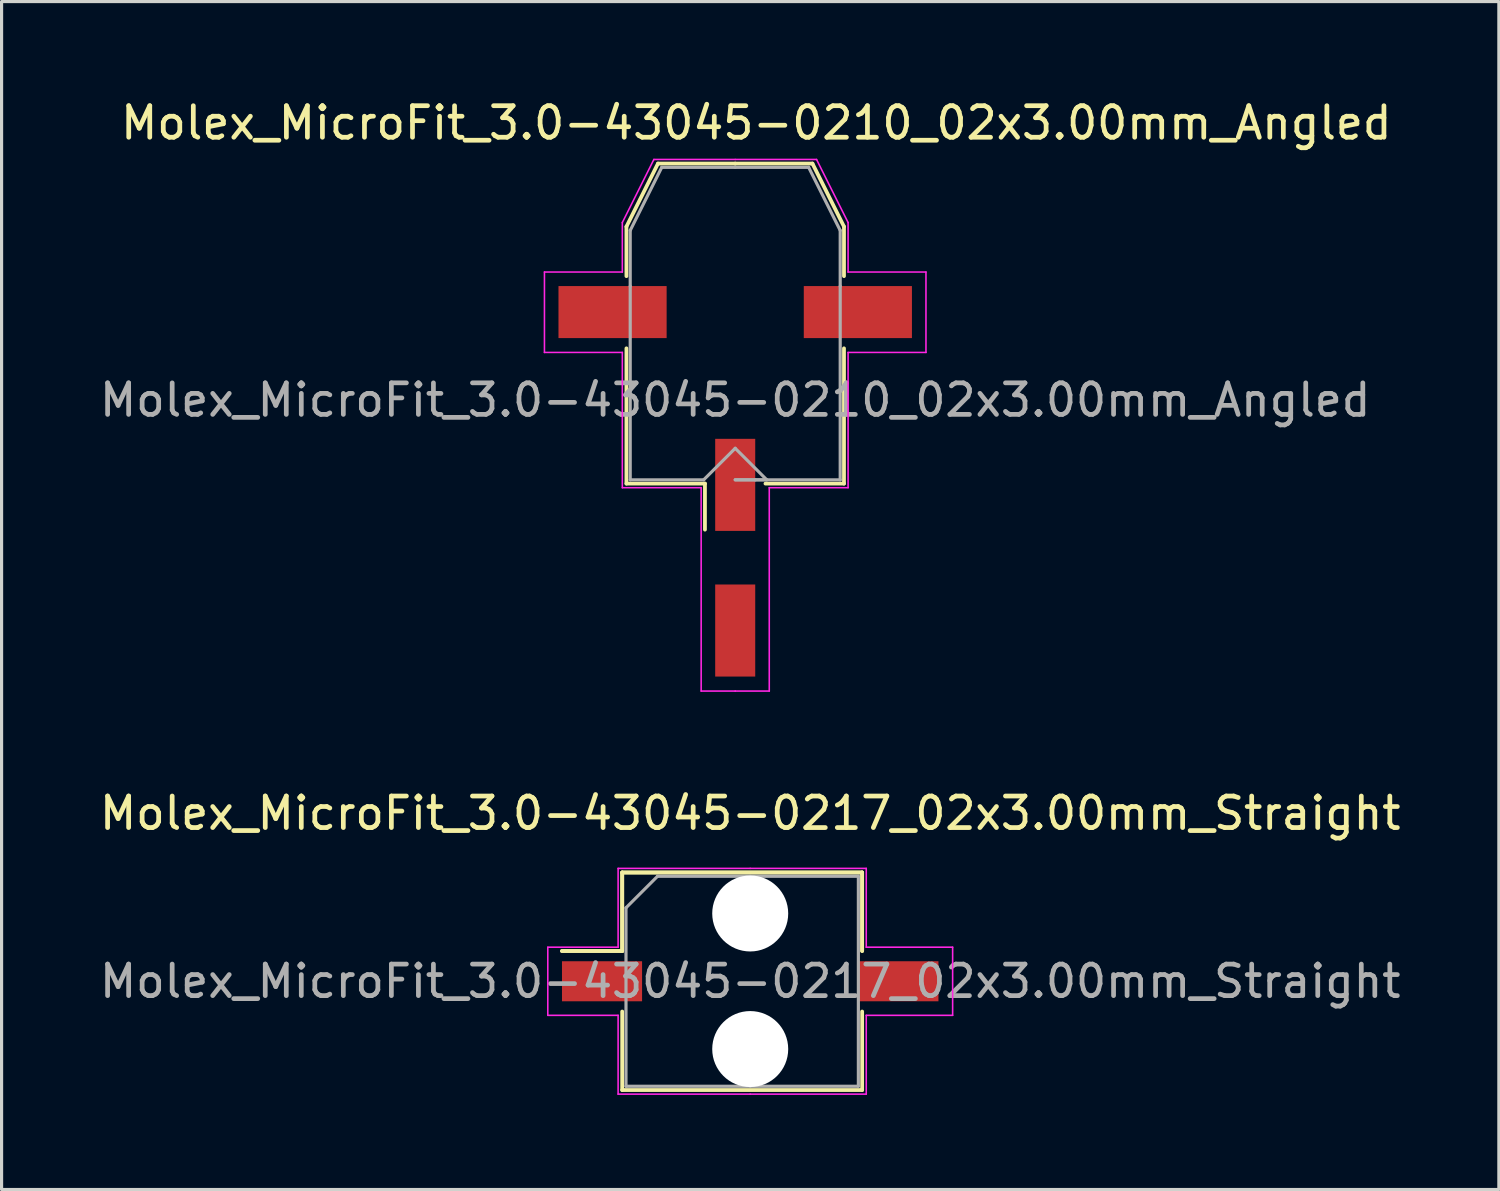
<source format=kicad_pcb>
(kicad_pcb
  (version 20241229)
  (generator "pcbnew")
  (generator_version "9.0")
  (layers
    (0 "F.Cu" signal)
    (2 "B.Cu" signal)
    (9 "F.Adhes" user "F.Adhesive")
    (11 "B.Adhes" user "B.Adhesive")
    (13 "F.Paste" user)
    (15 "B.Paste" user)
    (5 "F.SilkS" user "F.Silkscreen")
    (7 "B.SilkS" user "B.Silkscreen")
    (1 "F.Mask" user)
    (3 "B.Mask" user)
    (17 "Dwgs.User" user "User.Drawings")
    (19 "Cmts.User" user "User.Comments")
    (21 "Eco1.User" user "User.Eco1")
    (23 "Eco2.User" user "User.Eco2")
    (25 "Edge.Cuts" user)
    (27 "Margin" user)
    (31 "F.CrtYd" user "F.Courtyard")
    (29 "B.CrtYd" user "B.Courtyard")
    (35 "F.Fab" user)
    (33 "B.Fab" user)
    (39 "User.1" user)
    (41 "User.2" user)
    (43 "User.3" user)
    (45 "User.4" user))
  (footprint "Molex_MicroFit_3.0-43045-0210_02x3.00mm_Angled"
    (layer "F.Cu")
    (at 20.268 14.638)
    (property "Reference" "Molex_MicroFit_3.0-43045-0210_02x3.00mm_Angled" (at 0.67 -13.79 0) (layer "F.SilkS") (effects (font (size 1 1) (thickness 0.15))))
    (attr smd)
    (fp_line (start -3.45 -10.5) (end -3.45 -8.93) (stroke (width 0.12) (type solid)) (layer "F.SilkS"))
    (fp_line (start -3.45 -6.64) (end -3.45 -2.35) (stroke (width 0.12) (type solid)) (layer "F.SilkS"))
    (fp_line (start -3.45 -2.35) (end -0.96 -2.35) (stroke (width 0.12) (type solid)) (layer "F.SilkS"))
    (fp_line (start -2.45 -12.5) (end -3.45 -10.5) (stroke (width 0.12) (type solid)) (layer "F.SilkS"))
    (fp_line (start -0.96 -2.35) (end -0.96 -0.89) (stroke (width 0.12) (type solid)) (layer "F.SilkS"))
    (fp_line (start 0 -12.5) (end -2.45 -12.5) (stroke (width 0.12) (type solid)) (layer "F.SilkS"))
    (fp_line (start 0 -12.5) (end 2.45 -12.5) (stroke (width 0.12) (type solid)) (layer "F.SilkS"))
    (fp_line (start 2.45 -12.5) (end 3.45 -10.5) (stroke (width 0.12) (type solid)) (layer "F.SilkS"))
    (fp_line (start 3.45 -10.5) (end 3.45 -8.93) (stroke (width 0.12) (type solid)) (layer "F.SilkS"))
    (fp_line (start 3.45 -6.64) (end 3.45 -2.35) (stroke (width 0.12) (type solid)) (layer "F.SilkS"))
    (fp_line (start 3.45 -2.35) (end 0.96 -2.35) (stroke (width 0.12) (type solid)) (layer "F.SilkS"))
    (fp_line (start -6.05 -9.06) (end -6.05 -6.51) (stroke (width 0.05) (type solid)) (layer "F.CrtYd"))
    (fp_line (start -6.05 -6.51) (end -3.58 -6.51) (stroke (width 0.05) (type solid)) (layer "F.CrtYd"))
    (fp_line (start -3.58 -10.63) (end -3.58 -9.06) (stroke (width 0.05) (type solid)) (layer "F.CrtYd"))
    (fp_line (start -3.58 -9.06) (end -6.05 -9.06) (stroke (width 0.05) (type solid)) (layer "F.CrtYd"))
    (fp_line (start -3.58 -6.51) (end -3.58 -2.22) (stroke (width 0.05) (type solid)) (layer "F.CrtYd"))
    (fp_line (start -3.58 -2.22) (end -1.08 -2.22) (stroke (width 0.05) (type solid)) (layer "F.CrtYd"))
    (fp_line (start -2.58 -12.63) (end -3.58 -10.63) (stroke (width 0.05) (type solid)) (layer "F.CrtYd"))
    (fp_line (start -1.08 -2.22) (end -1.08 4.23) (stroke (width 0.05) (type solid)) (layer "F.CrtYd"))
    (fp_line (start -1.08 4.23) (end 0 4.23) (stroke (width 0.05) (type solid)) (layer "F.CrtYd"))
    (fp_line (start 0 -12.63) (end -2.58 -12.63) (stroke (width 0.05) (type solid)) (layer "F.CrtYd"))
    (fp_line (start 0 -12.63) (end 2.58 -12.63) (stroke (width 0.05) (type solid)) (layer "F.CrtYd"))
    (fp_line (start 1.08 -2.22) (end 1.08 4.23) (stroke (width 0.05) (type solid)) (layer "F.CrtYd"))
    (fp_line (start 1.08 4.23) (end 0 4.23) (stroke (width 0.05) (type solid)) (layer "F.CrtYd"))
    (fp_line (start 2.58 -12.63) (end 3.58 -10.63) (stroke (width 0.05) (type solid)) (layer "F.CrtYd"))
    (fp_line (start 3.58 -10.63) (end 3.58 -9.06) (stroke (width 0.05) (type solid)) (layer "F.CrtYd"))
    (fp_line (start 3.58 -9.06) (end 6.05 -9.06) (stroke (width 0.05) (type solid)) (layer "F.CrtYd"))
    (fp_line (start 3.58 -6.51) (end 3.58 -2.22) (stroke (width 0.05) (type solid)) (layer "F.CrtYd"))
    (fp_line (start 3.58 -2.22) (end 1.08 -2.22) (stroke (width 0.05) (type solid)) (layer "F.CrtYd"))
    (fp_line (start 6.05 -9.06) (end 6.05 -6.51) (stroke (width 0.05) (type solid)) (layer "F.CrtYd"))
    (fp_line (start 6.05 -6.51) (end 3.58 -6.51) (stroke (width 0.05) (type solid)) (layer "F.CrtYd"))
    (fp_line (start -3.33 -10.38) (end -3.33 -8.61) (stroke (width 0.1) (type solid)) (layer "F.Fab"))
    (fp_line (start -3.33 -8.61) (end -3.33 -2.47) (stroke (width 0.1) (type solid)) (layer "F.Fab"))
    (fp_line (start -3.33 -2.47) (end -1 -2.47) (stroke (width 0.1) (type solid)) (layer "F.Fab"))
    (fp_line (start -2.33 -12.38) (end -3.33 -10.38) (stroke (width 0.1) (type solid)) (layer "F.Fab"))
    (fp_line (start -1 -2.47) (end 0 -3.47) (stroke (width 0.1) (type solid)) (layer "F.Fab"))
    (fp_line (start 0 -12.38) (end -2.33 -12.38) (stroke (width 0.1) (type solid)) (layer "F.Fab"))
    (fp_line (start 0 -12.38) (end 2.33 -12.38) (stroke (width 0.1) (type solid)) (layer "F.Fab"))
    (fp_line (start 0 -3.47) (end 1 -2.47) (stroke (width 0.1) (type solid)) (layer "F.Fab"))
    (fp_line (start 0.64 -2.47) (end 0 -2.47) (stroke (width 0.1) (type solid)) (layer "F.Fab"))
    (fp_line (start 1 -2.47) (end 0 -2.47) (stroke (width 0.1) (type solid)) (layer "F.Fab"))
    (fp_line (start 2.33 -12.38) (end 3.33 -10.38) (stroke (width 0.1) (type solid)) (layer "F.Fab"))
    (fp_line (start 3.33 -10.38) (end 3.33 -8.61) (stroke (width 0.1) (type solid)) (layer "F.Fab"))
    (fp_line (start 3.33 -8.61) (end 3.33 -2.47) (stroke (width 0.1) (type solid)) (layer "F.Fab"))
    (fp_line (start 3.33 -2.47) (end 0.64 -2.47) (stroke (width 0.1) (type solid)) (layer "F.Fab"))
    (fp_text user "${REFERENCE}" (at 0 -5 0) (layer "F.Fab") (effects (font (size 1 1) (thickness 0.15))))
    (pad "" smd rect (at -3.89 -7.79) (size 3.43 1.65) (layers "F.Cu" "F.Mask" "F.Paste"))
    (pad "" smd rect (at 3.89 -7.79) (size 3.43 1.65) (layers "F.Cu" "F.Mask" "F.Paste"))
    (pad "1" smd rect (at 0 -2.31) (size 1.27 2.92) (layers "F.Cu" "F.Mask" "F.Paste"))
    (pad "2" smd rect (at 0 2.31) (size 1.27 2.92) (layers "F.Cu" "F.Mask" "F.Paste")))
  (footprint "Molex_MicroFit_3.0-43045-0217_02x3.00mm_Straight"
    (layer "F.Cu")
    (at 20.744 28.072)
    (property "Reference" "Molex_MicroFit_3.0-43045-0217_02x3.00mm_Straight" (at 0 -5.33 0) (layer "F.SilkS") (effects (font (size 1 1) (thickness 0.15))))
    (attr smd)
    (fp_line (start -5.97 -0.96) (end -4.06 -0.96) (stroke (width 0.12) (type solid)) (layer "F.SilkS"))
    (fp_line (start -5.97 -0.96) (end -4.06 -0.96) (stroke (width 0.12) (type solid)) (layer "F.SilkS"))
    (fp_line (start -4.06 -3.45) (end 3.55 -3.45) (stroke (width 0.12) (type solid)) (layer "F.SilkS"))
    (fp_line (start -4.06 -3.45) (end 3.55 -3.45) (stroke (width 0.12) (type solid)) (layer "F.SilkS"))
    (fp_line (start -4.06 -0.96) (end -4.06 -3.45) (stroke (width 0.12) (type solid)) (layer "F.SilkS"))
    (fp_line (start -4.06 -0.96) (end -4.06 -3.45) (stroke (width 0.12) (type solid)) (layer "F.SilkS"))
    (fp_line (start -4.06 3.45) (end -4.06 0.96) (stroke (width 0.12) (type solid)) (layer "F.SilkS"))
    (fp_line (start 3.55 -3.45) (end 3.55 -0.96) (stroke (width 0.12) (type solid)) (layer "F.SilkS"))
    (fp_line (start 3.55 -3.45) (end 3.55 -0.96) (stroke (width 0.12) (type solid)) (layer "F.SilkS"))
    (fp_line (start 3.55 0.96) (end 3.55 3.45) (stroke (width 0.12) (type solid)) (layer "F.SilkS"))
    (fp_line (start 3.55 3.45) (end -4.06 3.45) (stroke (width 0.12) (type solid)) (layer "F.SilkS"))
    (fp_line (start -6.42 -1.08) (end -4.19 -1.08) (stroke (width 0.05) (type solid)) (layer "F.CrtYd"))
    (fp_line (start -6.42 1.08) (end -6.42 -1.08) (stroke (width 0.05) (type solid)) (layer "F.CrtYd"))
    (fp_line (start -4.19 -3.58) (end 0 -3.58) (stroke (width 0.05) (type solid)) (layer "F.CrtYd"))
    (fp_line (start -4.19 -1.08) (end -4.19 -3.58) (stroke (width 0.05) (type solid)) (layer "F.CrtYd"))
    (fp_line (start -4.19 1.08) (end -6.42 1.08) (stroke (width 0.05) (type solid)) (layer "F.CrtYd"))
    (fp_line (start -4.19 3.58) (end -4.19 1.08) (stroke (width 0.05) (type solid)) (layer "F.CrtYd"))
    (fp_line (start 0 -3.58) (end 3.68 -3.58) (stroke (width 0.05) (type solid)) (layer "F.CrtYd"))
    (fp_line (start 0 3.58) (end -4.19 3.58) (stroke (width 0.05) (type solid)) (layer "F.CrtYd"))
    (fp_line (start 3.68 -3.58) (end 3.68 -1.08) (stroke (width 0.05) (type solid)) (layer "F.CrtYd"))
    (fp_line (start 3.68 -1.08) (end 6.42 -1.08) (stroke (width 0.05) (type solid)) (layer "F.CrtYd"))
    (fp_line (start 3.68 1.08) (end 3.68 3.58) (stroke (width 0.05) (type solid)) (layer "F.CrtYd"))
    (fp_line (start 3.68 3.58) (end 0 3.58) (stroke (width 0.05) (type solid)) (layer "F.CrtYd"))
    (fp_line (start 6.42 -1.08) (end 6.42 1.08) (stroke (width 0.05) (type solid)) (layer "F.CrtYd"))
    (fp_line (start 6.42 1.08) (end 3.68 1.08) (stroke (width 0.05) (type solid)) (layer "F.CrtYd"))
    (fp_line (start -3.94 -2.33) (end -2.94 -3.33) (stroke (width 0.1) (type solid)) (layer "F.Fab"))
    (fp_line (start -3.94 3.33) (end -3.94 -2.33) (stroke (width 0.1) (type solid)) (layer "F.Fab"))
    (fp_line (start -2.94 -3.33) (end 0 -3.33) (stroke (width 0.1) (type solid)) (layer "F.Fab"))
    (fp_line (start 0 -3.33) (end 3.43 -3.33) (stroke (width 0.1) (type solid)) (layer "F.Fab"))
    (fp_line (start 0 3.33) (end -3.94 3.33) (stroke (width 0.1) (type solid)) (layer "F.Fab"))
    (fp_line (start 3.43 -3.33) (end 3.43 3.33) (stroke (width 0.1) (type solid)) (layer "F.Fab"))
    (fp_line (start 3.43 3.33) (end 0 3.33) (stroke (width 0.1) (type solid)) (layer "F.Fab"))
    (fp_text user "${REFERENCE}" (at 0 0 0) (layer "F.Fab") (effects (font (size 1 1) (thickness 0.15))))
    (pad "" np_thru_hole circle (at 0 -2.15) (size 2.41 2.41) (drill 2.41) (layers "*.Cu"))
    (pad "" np_thru_hole circle (at 0 2.15) (size 2.41 2.41) (drill 2.41) (layers "*.Cu"))
    (pad "1" smd rect (at -4.7 0) (size 2.54 1.27) (layers "F.Cu" "F.Mask" "F.Paste"))
    (pad "2" smd rect (at 4.7 0) (size 2.54 1.27) (layers "F.Cu" "F.Mask" "F.Paste")))
  (gr_rect
    (start -3 -3)
    (end 44.488 34.676)
    (stroke (width 0.1) (type default))
    (fill no)
    (layer "Edge.Cuts")))
</source>
